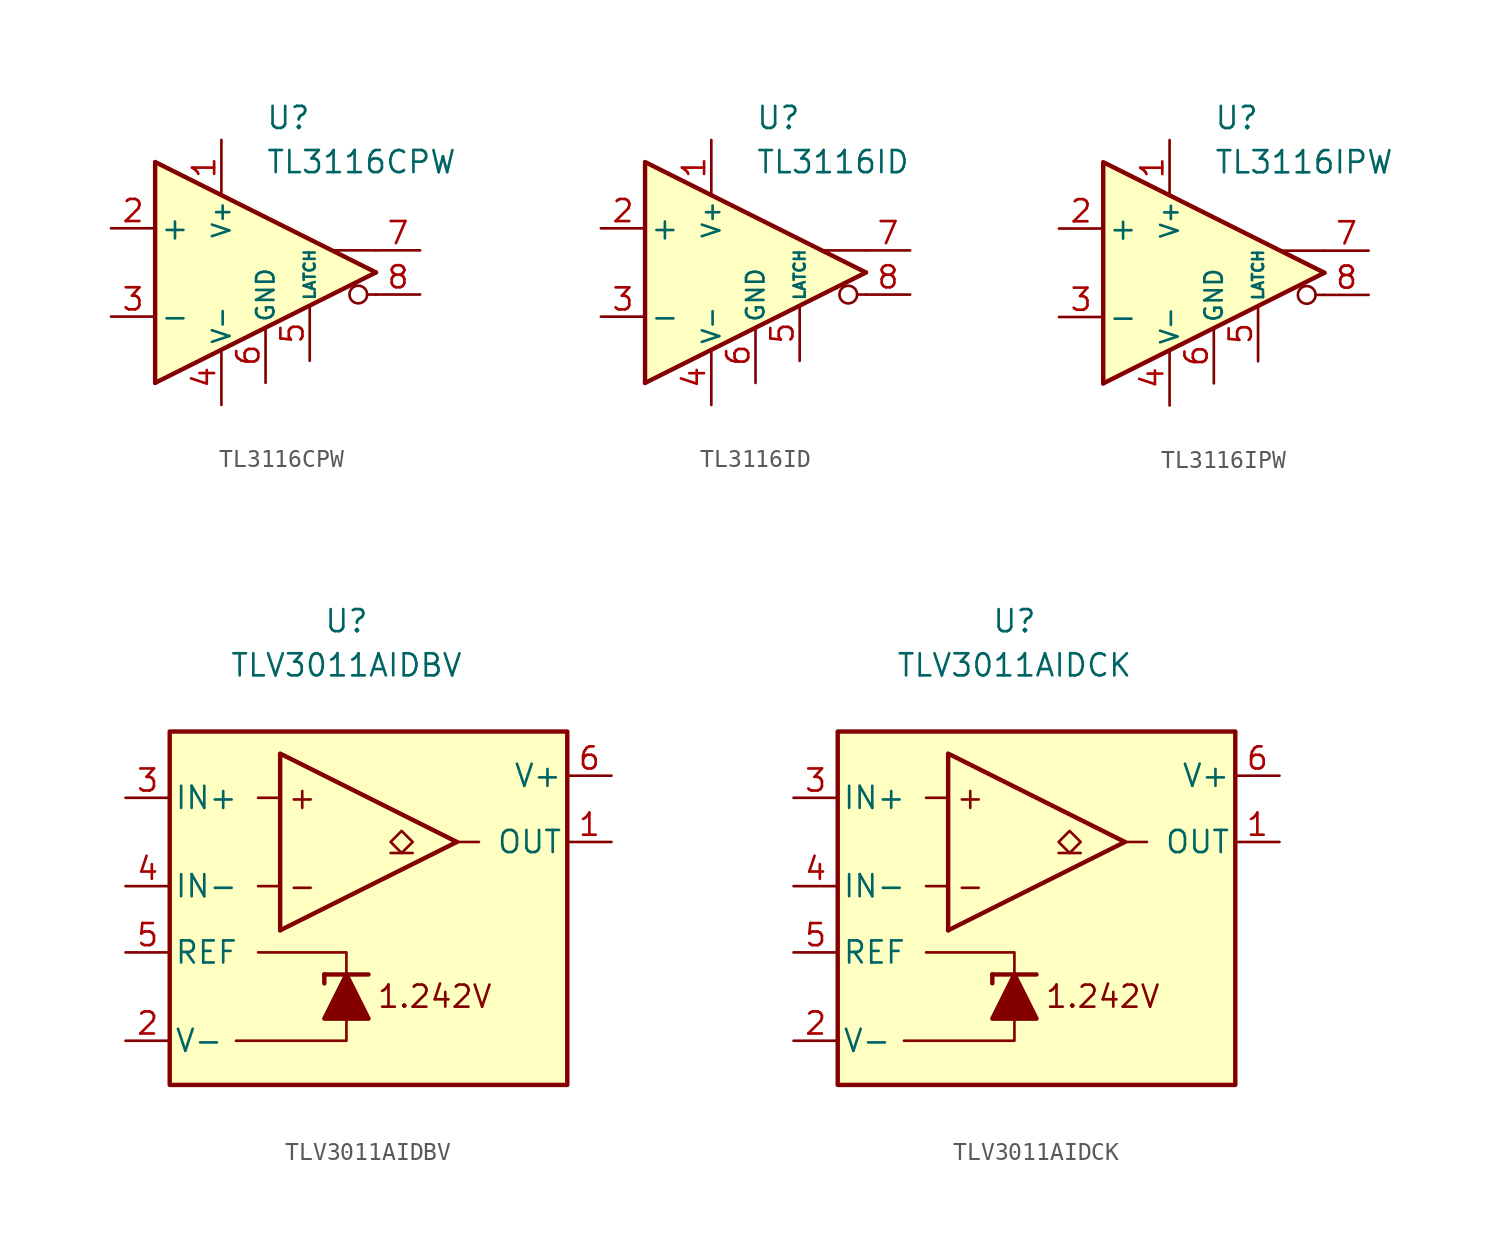
<source format=kicad_sym>
(kicad_symbol_lib
  (version 20231120)
  (generator "kicad_symbol_editor")
  (generator_version "8.0")
  (symbol "TL3116CPW"
    (pin_names
      (offset 0.254))
    (property "Reference" "U"
      (at 0 8.89 0)
      (effects (font (size 1.27 1.27)) (justify left)))
    (property "Value" "TL3116CPW"
      (at 0 6.35 0)
      (effects (font (size 1.27 1.27)) (justify left)))
    (symbol "TL3116CPW_0_0"
      (polyline (pts (xy 6.35 -1.27) (xy 5.842 -1.27)) (stroke (width 0.152) (type default)) (fill (type none)))
      (polyline (pts (xy 6.35 0) (xy -6.35 -6.35)) (stroke (width 0.254) (type default)) (fill (type none)))
      (polyline (pts (xy 6.35 1.27) (xy 3.81 1.27)) (stroke (width 0.152) (type default)) (fill (type none)))
      (polyline (pts (xy 6.35 0) (xy -6.35 6.35) (xy -6.35 -6.35)) (stroke (width 0.254) (type default)) (fill (type background)))
      (circle (center 5.334 -1.27) (radius 0.508) (stroke (width 0.152) (type default)) (fill (type none))))
    (symbol "TL3116CPW_1_1"
      (pin power_in line (at -2.54 7.62 270) (length 3.18) (name "V+" (effects (font (size 1 1)))) (number "1" (effects (font (size 1.27 1.27)))))
      (pin input line (at -8.89 2.54 0) (length 2.54) (name "+" (effects (font (size 1.27 1.27)))) (number "2" (effects (font (size 1.27 1.27)))))
      (pin input line (at -8.89 -2.54 0) (length 2.54) (name "-" (effects (font (size 1.27 1.27)))) (number "3" (effects (font (size 1.27 1.27)))))
      (pin power_in line (at -2.54 -7.62 90) (length 3.18) (name "V-" (effects (font (size 1 1)))) (number "4" (effects (font (size 1.27 1.27)))))
      (pin input line (at 2.54 -5.08 90) (length 3.18) (name "LATCH" (effects (font (size 0.635 0.635)))) (number "5" (effects (font (size 1.27 1.27)))))
      (pin power_in line (at 0 -6.35 90) (length 3.18) (name "GND" (effects (font (size 1 1)))) (number "6" (effects (font (size 1.27 1.27)))))
      (pin output line (at 8.89 1.27 180) (length 2.54) (name "~" (effects (font (size 1.27 1.27)))) (number "7" (effects (font (size 1.27 1.27)))))
      (pin output line (at 8.89 -1.27 180) (length 2.54) (name "~" (effects (font (size 1.27 1.27)))) (number "8" (effects (font (size 1.27 1.27)))))))
  (symbol "TL3116ID"
    (pin_names
      (offset 0.254))
    (property "Reference" "U"
      (at 0 8.89 0)
      (effects (font (size 1.27 1.27)) (justify left)))
    (property "Value" "TL3116ID"
      (at 0 6.35 0)
      (effects (font (size 1.27 1.27)) (justify left)))
    (symbol "TL3116ID_0_0"
      (polyline (pts (xy 6.35 -1.27) (xy 5.842 -1.27)) (stroke (width 0.152) (type default)) (fill (type none)))
      (polyline (pts (xy 6.35 0) (xy -6.35 -6.35)) (stroke (width 0.254) (type default)) (fill (type none)))
      (polyline (pts (xy 6.35 1.27) (xy 3.81 1.27)) (stroke (width 0.152) (type default)) (fill (type none)))
      (polyline (pts (xy 6.35 0) (xy -6.35 6.35) (xy -6.35 -6.35)) (stroke (width 0.254) (type default)) (fill (type background)))
      (circle (center 5.334 -1.27) (radius 0.508) (stroke (width 0.152) (type default)) (fill (type none))))
    (symbol "TL3116ID_1_1"
      (pin power_in line (at -2.54 7.62 270) (length 3.18) (name "V+" (effects (font (size 1 1)))) (number "1" (effects (font (size 1.27 1.27)))))
      (pin input line (at -8.89 2.54 0) (length 2.54) (name "+" (effects (font (size 1.27 1.27)))) (number "2" (effects (font (size 1.27 1.27)))))
      (pin input line (at -8.89 -2.54 0) (length 2.54) (name "-" (effects (font (size 1.27 1.27)))) (number "3" (effects (font (size 1.27 1.27)))))
      (pin power_in line (at -2.54 -7.62 90) (length 3.18) (name "V-" (effects (font (size 1 1)))) (number "4" (effects (font (size 1.27 1.27)))))
      (pin input line (at 2.54 -5.08 90) (length 3.18) (name "LATCH" (effects (font (size 0.635 0.635)))) (number "5" (effects (font (size 1.27 1.27)))))
      (pin power_in line (at 0 -6.35 90) (length 3.18) (name "GND" (effects (font (size 1 1)))) (number "6" (effects (font (size 1.27 1.27)))))
      (pin output line (at 8.89 1.27 180) (length 2.54) (name "~" (effects (font (size 1.27 1.27)))) (number "7" (effects (font (size 1.27 1.27)))))
      (pin output line (at 8.89 -1.27 180) (length 2.54) (name "~" (effects (font (size 1.27 1.27)))) (number "8" (effects (font (size 1.27 1.27)))))))
  (symbol "TL3116IPW"
    (pin_names
      (offset 0.254))
    (property "Reference" "U"
      (at 0 8.89 0)
      (effects (font (size 1.27 1.27)) (justify left)))
    (property "Value" "TL3116IPW"
      (at 0 6.35 0)
      (effects (font (size 1.27 1.27)) (justify left)))
    (symbol "TL3116IPW_0_0"
      (polyline (pts (xy 6.35 -1.27) (xy 5.842 -1.27)) (stroke (width 0.152) (type default)) (fill (type none)))
      (polyline (pts (xy 6.35 0) (xy -6.35 -6.35)) (stroke (width 0.254) (type default)) (fill (type none)))
      (polyline (pts (xy 6.35 1.27) (xy 3.81 1.27)) (stroke (width 0.152) (type default)) (fill (type none)))
      (polyline (pts (xy 6.35 0) (xy -6.35 6.35) (xy -6.35 -6.35)) (stroke (width 0.254) (type default)) (fill (type background)))
      (circle (center 5.334 -1.27) (radius 0.508) (stroke (width 0.152) (type default)) (fill (type none))))
    (symbol "TL3116IPW_1_1"
      (pin power_in line (at -2.54 7.62 270) (length 3.18) (name "V+" (effects (font (size 1 1)))) (number "1" (effects (font (size 1.27 1.27)))))
      (pin input line (at -8.89 2.54 0) (length 2.54) (name "+" (effects (font (size 1.27 1.27)))) (number "2" (effects (font (size 1.27 1.27)))))
      (pin input line (at -8.89 -2.54 0) (length 2.54) (name "-" (effects (font (size 1.27 1.27)))) (number "3" (effects (font (size 1.27 1.27)))))
      (pin power_in line (at -2.54 -7.62 90) (length 3.18) (name "V-" (effects (font (size 1 1)))) (number "4" (effects (font (size 1.27 1.27)))))
      (pin input line (at 2.54 -5.08 90) (length 3.18) (name "LATCH" (effects (font (size 0.635 0.635)))) (number "5" (effects (font (size 1.27 1.27)))))
      (pin power_in line (at 0 -6.35 90) (length 3.18) (name "GND" (effects (font (size 1 1)))) (number "6" (effects (font (size 1.27 1.27)))))
      (pin output line (at 8.89 1.27 180) (length 2.54) (name "~" (effects (font (size 1.27 1.27)))) (number "7" (effects (font (size 1.27 1.27)))))
      (pin output line (at 8.89 -1.27 180) (length 2.54) (name "~" (effects (font (size 1.27 1.27)))) (number "8" (effects (font (size 1.27 1.27)))))))
  (symbol "TLV3011AIDBV"
    (pin_names
      (offset 0.254))
    (property "Reference" "U"
      (at 0 16.51 0)
      (effects (font (size 1.27 1.27))))
    (property "Value" "TLV3011AIDBV"
      (at 0 13.97 0)
      (effects (font (size 1.27 1.27))))
    (symbol "TLV3011AIDBV_0_0"
      (polyline (pts (xy 6.35 3.81) (xy -3.81 -1.27)) (stroke (width 0.254) (type default)) (fill (type none)))
      (polyline (pts (xy 6.35 3.81) (xy -3.81 8.89) (xy -3.81 -1.27)) (stroke (width 0.254) (type default)) (fill (type background)))
      (text "+" (at -2.54 6.35 0) (effects (font (size 1.27 1.27))))
      (text "-" (at -2.54 1.27 0) (effects (font (size 1.27 1.27))))
      (text "1.242V" (at 5.08 -5.08 0) (effects (font (size 1.27 1.27)))))
    (symbol "TLV3011AIDBV_0_1"
      (rectangle (start -10.16 10.16) (end 12.7 -10.16) (stroke (width 0.254) (type default)) (fill (type background)))
      (polyline (pts (xy -3.81 1.27) (xy -5.08 1.27)) (stroke (width 0) (type default)) (fill (type none)))
      (polyline (pts (xy -3.81 6.35) (xy -5.08 6.35)) (stroke (width 0) (type default)) (fill (type none)))
      (polyline (pts (xy -1.27 -3.81) (xy -1.27 -4.318)) (stroke (width 0.254) (type default)) (fill (type none)))
      (polyline (pts (xy -1.27 -3.81) (xy 1.27 -3.81)) (stroke (width 0.254) (type default)) (fill (type none)))
      (polyline (pts (xy 6.35 3.81) (xy 7.62 3.81)) (stroke (width 0) (type default)) (fill (type none)))
      (polyline (pts (xy 0 -6.35) (xy 0 -7.62) (xy -6.35 -7.62)) (stroke (width 0) (type default)) (fill (type none)))
      (polyline (pts (xy 0 -3.81) (xy 0 -2.54) (xy -5.08 -2.54)) (stroke (width 0) (type default)) (fill (type none)))
      (polyline (pts (xy 1.27 -6.35) (xy -1.27 -6.35) (xy 0 -3.81) (xy 1.27 -6.35)) (stroke (width 0.254) (type default)) (fill (type outline))))
    (symbol "TLV3011AIDBV_1_1"
      (polyline (pts (xy 3.81 3.175) (xy 2.54 3.175)) (stroke (width 0.152) (type default)) (fill (type none)))
      (polyline (pts (xy 3.175 3.175) (xy 2.54 3.81) (xy 3.175 4.445) (xy 3.81 3.81) (xy 3.175 3.175)) (stroke (width 0.152) (type default)) (fill (type none)))
      (pin open_collector line (at 15.24 3.81 180) (length 2.54) (name "OUT" (effects (font (size 1.27 1.27)))) (number "1" (effects (font (size 1.27 1.27)))))
      (pin power_in line (at -12.7 -7.62 0) (length 2.54) (name "V-" (effects (font (size 1.27 1.27)))) (number "2" (effects (font (size 1.27 1.27)))))
      (pin input line (at -12.7 6.35 0) (length 2.54) (name "IN+" (effects (font (size 1.27 1.27)))) (number "3" (effects (font (size 1.27 1.27)))))
      (pin input line (at -12.7 1.27 0) (length 2.54) (name "IN-" (effects (font (size 1.27 1.27)))) (number "4" (effects (font (size 1.27 1.27)))))
      (pin output line (at -12.7 -2.54 0) (length 2.54) (name "REF" (effects (font (size 1.27 1.27)))) (number "5" (effects (font (size 1.27 1.27)))))
      (pin power_in line (at 15.24 7.62 180) (length 2.54) (name "V+" (effects (font (size 1.27 1.27)))) (number "6" (effects (font (size 1.27 1.27)))))))
  (symbol "TLV3011AIDCK"
    (pin_names
      (offset 0.254))
    (property "Reference" "U"
      (at 0 16.51 0)
      (effects (font (size 1.27 1.27))))
    (property "Value" "TLV3011AIDCK"
      (at 0 13.97 0)
      (effects (font (size 1.27 1.27))))
    (symbol "TLV3011AIDCK_0_0"
      (polyline (pts (xy 6.35 3.81) (xy -3.81 -1.27)) (stroke (width 0.254) (type default)) (fill (type none)))
      (polyline (pts (xy 6.35 3.81) (xy -3.81 8.89) (xy -3.81 -1.27)) (stroke (width 0.254) (type default)) (fill (type background)))
      (text "+" (at -2.54 6.35 0) (effects (font (size 1.27 1.27))))
      (text "-" (at -2.54 1.27 0) (effects (font (size 1.27 1.27))))
      (text "1.242V" (at 5.08 -5.08 0) (effects (font (size 1.27 1.27)))))
    (symbol "TLV3011AIDCK_0_1"
      (rectangle (start -10.16 10.16) (end 12.7 -10.16) (stroke (width 0.254) (type default)) (fill (type background)))
      (polyline (pts (xy -3.81 1.27) (xy -5.08 1.27)) (stroke (width 0) (type default)) (fill (type none)))
      (polyline (pts (xy -3.81 6.35) (xy -5.08 6.35)) (stroke (width 0) (type default)) (fill (type none)))
      (polyline (pts (xy -1.27 -3.81) (xy -1.27 -4.318)) (stroke (width 0.254) (type default)) (fill (type none)))
      (polyline (pts (xy -1.27 -3.81) (xy 1.27 -3.81)) (stroke (width 0.254) (type default)) (fill (type none)))
      (polyline (pts (xy 6.35 3.81) (xy 7.62 3.81)) (stroke (width 0) (type default)) (fill (type none)))
      (polyline (pts (xy 0 -6.35) (xy 0 -7.62) (xy -6.35 -7.62)) (stroke (width 0) (type default)) (fill (type none)))
      (polyline (pts (xy 0 -3.81) (xy 0 -2.54) (xy -5.08 -2.54)) (stroke (width 0) (type default)) (fill (type none)))
      (polyline (pts (xy 1.27 -6.35) (xy -1.27 -6.35) (xy 0 -3.81) (xy 1.27 -6.35)) (stroke (width 0.254) (type default)) (fill (type outline))))
    (symbol "TLV3011AIDCK_1_1"
      (polyline (pts (xy 3.81 3.175) (xy 2.54 3.175)) (stroke (width 0.152) (type default)) (fill (type none)))
      (polyline (pts (xy 3.175 3.175) (xy 2.54 3.81) (xy 3.175 4.445) (xy 3.81 3.81) (xy 3.175 3.175)) (stroke (width 0.152) (type default)) (fill (type none)))
      (pin open_collector line (at 15.24 3.81 180) (length 2.54) (name "OUT" (effects (font (size 1.27 1.27)))) (number "1" (effects (font (size 1.27 1.27)))))
      (pin power_in line (at -12.7 -7.62 0) (length 2.54) (name "V-" (effects (font (size 1.27 1.27)))) (number "2" (effects (font (size 1.27 1.27)))))
      (pin input line (at -12.7 6.35 0) (length 2.54) (name "IN+" (effects (font (size 1.27 1.27)))) (number "3" (effects (font (size 1.27 1.27)))))
      (pin input line (at -12.7 1.27 0) (length 2.54) (name "IN-" (effects (font (size 1.27 1.27)))) (number "4" (effects (font (size 1.27 1.27)))))
      (pin output line (at -12.7 -2.54 0) (length 2.54) (name "REF" (effects (font (size 1.27 1.27)))) (number "5" (effects (font (size 1.27 1.27)))))
      (pin power_in line (at 15.24 7.62 180) (length 2.54) (name "V+" (effects (font (size 1.27 1.27)))) (number "6" (effects (font (size 1.27 1.27))))))))
</source>
